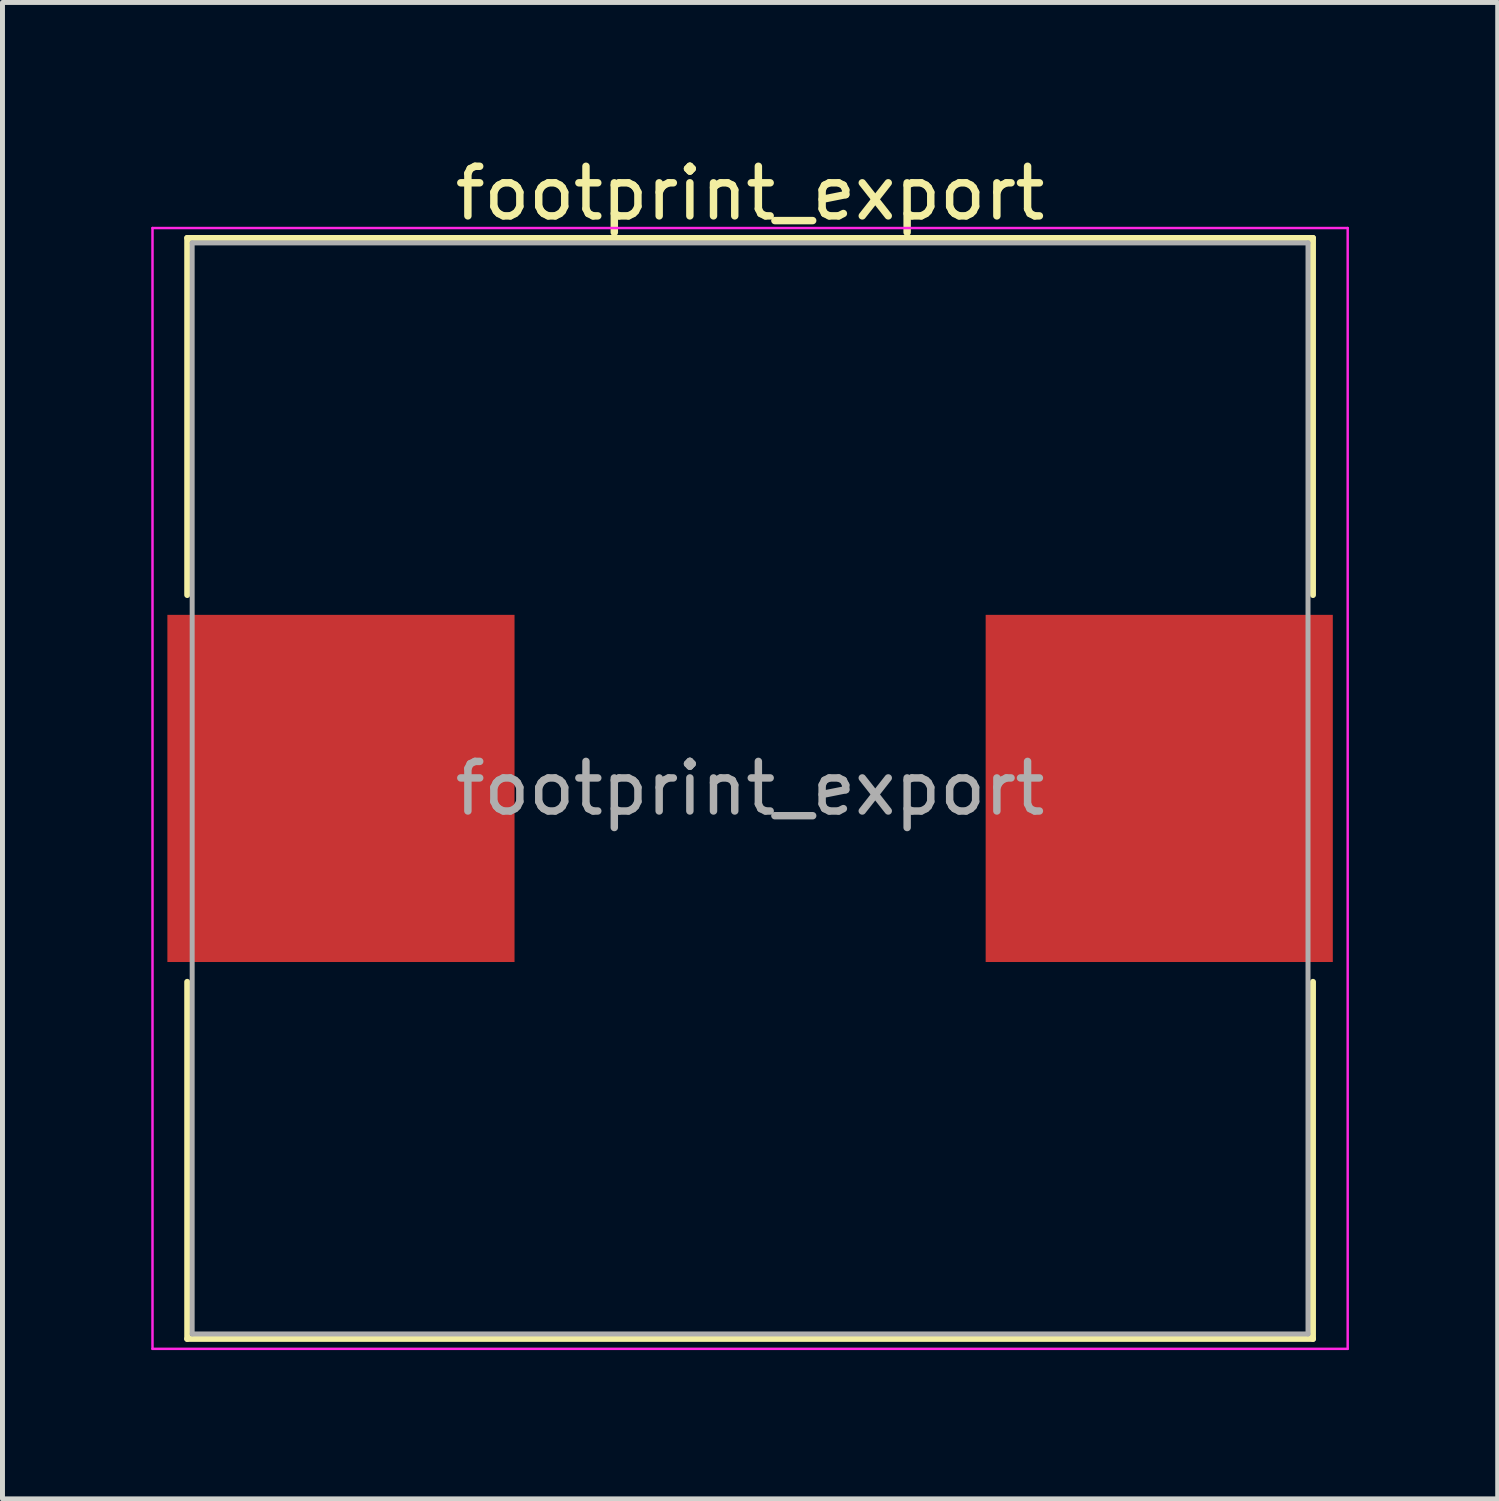
<source format=kicad_pcb>
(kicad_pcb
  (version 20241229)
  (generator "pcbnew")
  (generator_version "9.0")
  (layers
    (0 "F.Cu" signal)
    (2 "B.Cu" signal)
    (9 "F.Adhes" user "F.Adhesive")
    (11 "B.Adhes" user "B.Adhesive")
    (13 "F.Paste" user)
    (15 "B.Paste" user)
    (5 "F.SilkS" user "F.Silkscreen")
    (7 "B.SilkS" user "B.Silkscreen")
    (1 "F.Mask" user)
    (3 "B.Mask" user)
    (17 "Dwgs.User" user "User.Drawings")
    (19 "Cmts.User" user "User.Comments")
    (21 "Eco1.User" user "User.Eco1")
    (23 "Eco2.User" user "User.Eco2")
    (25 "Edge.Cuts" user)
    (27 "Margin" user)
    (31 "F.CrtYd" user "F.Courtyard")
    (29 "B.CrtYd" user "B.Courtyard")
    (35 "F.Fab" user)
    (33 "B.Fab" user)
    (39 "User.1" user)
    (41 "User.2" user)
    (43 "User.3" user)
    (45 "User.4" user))
  (footprint "footprint_export"
    (layer "F.Cu")
    (at 12.075 12.848)
    (property "Reference" "footprint_export" (at 0 -12 0) (layer "F.SilkS") (effects (font (size 1 1) (thickness 0.15))))
    (attr smd)
    (fp_line (start -11.35 -11.1) (end 11.35 -11.1) (stroke (width 0.12) (type solid)) (layer "F.SilkS"))
    (fp_line (start -11.35 -3.9) (end -11.35 -11.1) (stroke (width 0.12) (type solid)) (layer "F.SilkS"))
    (fp_line (start -11.35 3.9) (end -11.35 11.1) (stroke (width 0.12) (type solid)) (layer "F.SilkS"))
    (fp_line (start -11.35 11.1) (end 11.35 11.1) (stroke (width 0.12) (type solid)) (layer "F.SilkS"))
    (fp_line (start 11.35 -11.1) (end 11.35 -3.9) (stroke (width 0.12) (type solid)) (layer "F.SilkS"))
    (fp_line (start 11.35 11.1) (end 11.35 3.9) (stroke (width 0.12) (type solid)) (layer "F.SilkS"))
    (fp_line (start -12.05 -11.3) (end -12.05 11.3) (stroke (width 0.05) (type solid)) (layer "F.CrtYd"))
    (fp_line (start -12.05 11.3) (end 12.05 11.3) (stroke (width 0.05) (type solid)) (layer "F.CrtYd"))
    (fp_line (start 12.05 -11.3) (end -12.05 -11.3) (stroke (width 0.05) (type solid)) (layer "F.CrtYd"))
    (fp_line (start 12.05 11.3) (end 12.05 -11.3) (stroke (width 0.05) (type solid)) (layer "F.CrtYd"))
    (fp_line (start -11.25 -11) (end -11.25 11) (stroke (width 0.1) (type solid)) (layer "F.Fab"))
    (fp_line (start -11.25 11) (end 11.25 11) (stroke (width 0.1) (type solid)) (layer "F.Fab"))
    (fp_line (start 11.25 -11) (end -11.25 -11) (stroke (width 0.1) (type solid)) (layer "F.Fab"))
    (fp_line (start 11.25 11) (end 11.25 -11) (stroke (width 0.1) (type solid)) (layer "F.Fab"))
    (fp_text user "${REFERENCE}" (at 0 0 0) (layer "F.Fab") (effects (font (size 1 1) (thickness 0.15))))
    (pad "1" smd rect (at -8.25 0) (size 7 7) (layers "F.Cu" "F.Mask" "F.Paste"))
    (pad "2" smd rect (at 8.25 0) (size 7 7) (layers "F.Cu" "F.Mask" "F.Paste")))
  (gr_rect
    (start -3 -3)
    (end 27.15 27.173)
    (stroke (width 0.1) (type default))
    (fill no)
    (layer "Edge.Cuts")))
</source>
